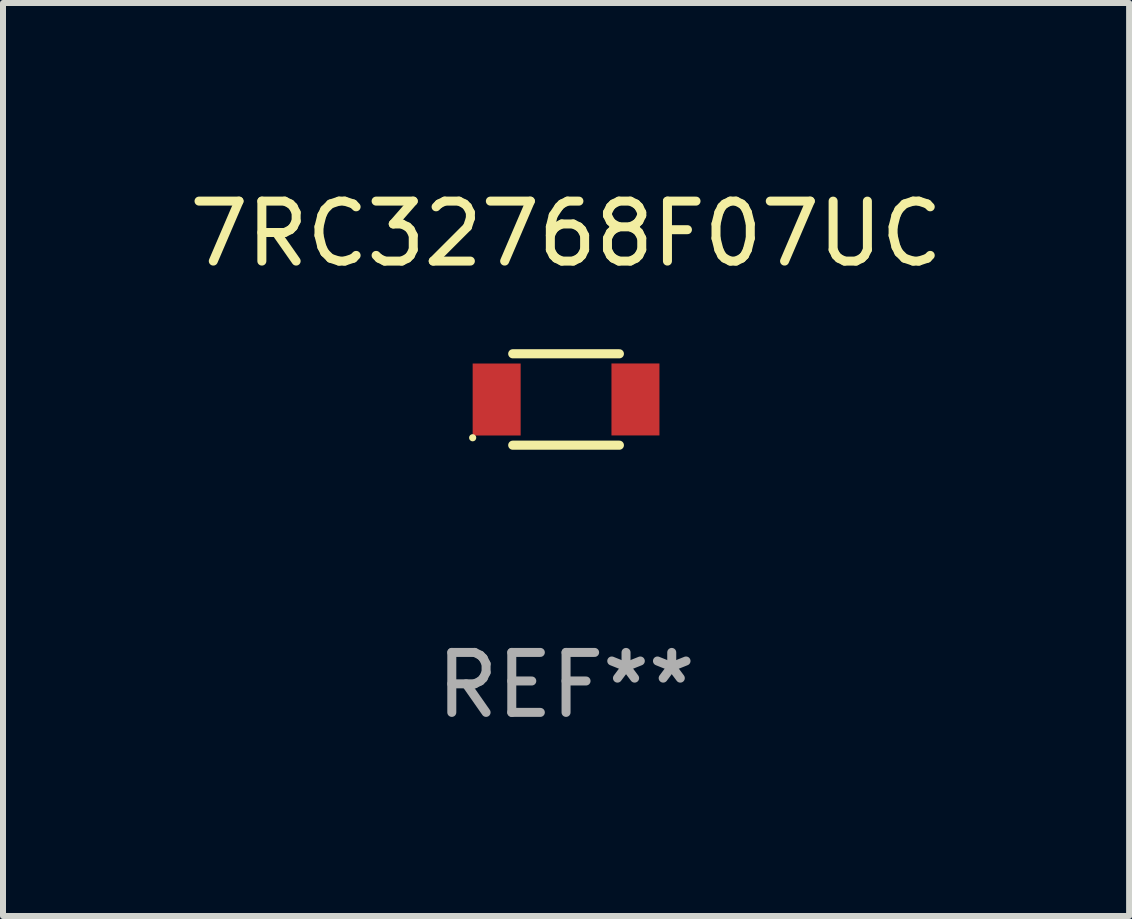
<source format=kicad_pcb>
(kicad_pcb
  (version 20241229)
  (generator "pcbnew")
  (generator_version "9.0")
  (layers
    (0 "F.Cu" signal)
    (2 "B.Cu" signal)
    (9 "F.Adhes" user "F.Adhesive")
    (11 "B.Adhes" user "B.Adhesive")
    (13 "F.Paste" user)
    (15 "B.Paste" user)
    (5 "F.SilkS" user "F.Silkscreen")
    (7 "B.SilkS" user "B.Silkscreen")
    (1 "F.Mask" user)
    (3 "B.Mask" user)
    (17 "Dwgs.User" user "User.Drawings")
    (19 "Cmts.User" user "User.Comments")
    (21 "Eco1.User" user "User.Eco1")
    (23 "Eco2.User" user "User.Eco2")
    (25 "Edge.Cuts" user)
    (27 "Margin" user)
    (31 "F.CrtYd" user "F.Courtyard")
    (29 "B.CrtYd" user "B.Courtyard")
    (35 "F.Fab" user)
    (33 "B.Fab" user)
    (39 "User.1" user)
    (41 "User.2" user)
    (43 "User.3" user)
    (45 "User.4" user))
  (footprint "7RC32768F07UC"
    (layer "F.Cu")
    (at 6.387 3.61)
    (property "Reference" "7RC32768F07UC" (at 0 -2.762 0) (layer "F.SilkS") (effects (font (size 1 1) (thickness 0.15))))
    (attr through_hole)
    (fp_line (start -0.889 -0.762) (end 0.889 -0.762) (stroke (width 0.152) (type solid)) (layer "F.SilkS"))
    (fp_line (start -0.889 0.762) (end 0.889 0.762) (stroke (width 0.152) (type solid)) (layer "F.SilkS"))
    (fp_circle (center -1.557 0.638) (end -1.527 0.638) (stroke (width 0.06) (type solid)) (fill no) (layer "F.SilkS"))
    (fp_text user "REF**" (at 0 4.762 0) (layer "F.Fab") (effects (font (size 1 1) (thickness 0.15))))
    (pad "1" smd rect (at -1.157 0.000381 90) (size 1.2 0.8) (layers "F.Cu" "F.Mask" "F.Paste"))
    (pad "2" smd rect (at 1.157 -0.000381 90) (size 1.2 0.8) (layers "F.Cu" "F.Mask" "F.Paste")))
  (gr_rect
    (start -3 -3)
    (end 15.774 12.221)
    (stroke (width 0.1) (type default))
    (fill no)
    (layer "Edge.Cuts")))
</source>
